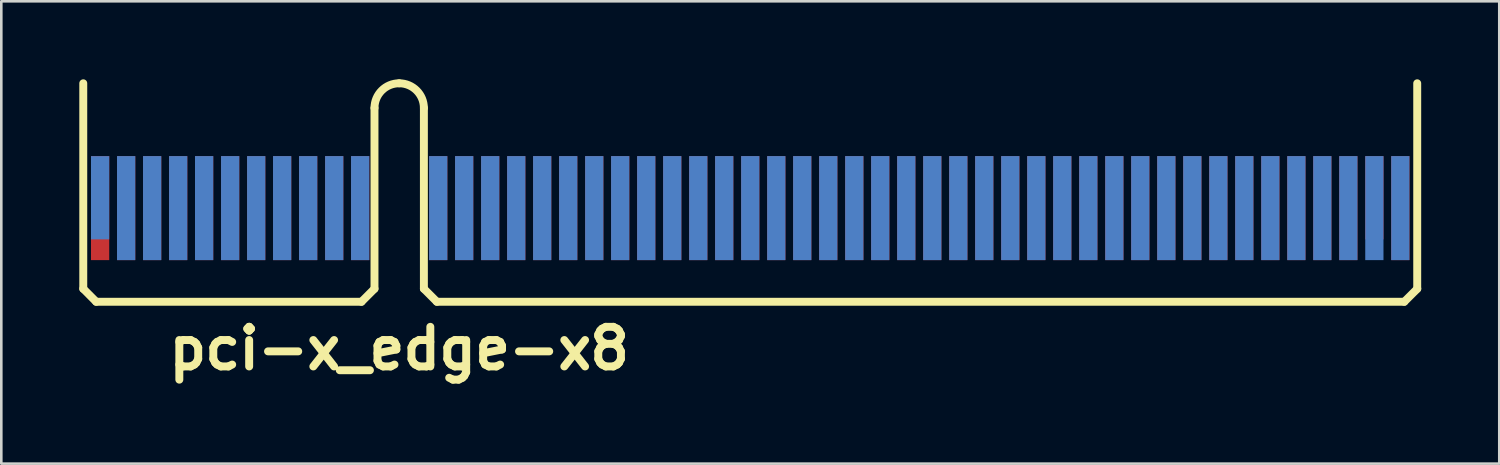
<source format=kicad_pcb>
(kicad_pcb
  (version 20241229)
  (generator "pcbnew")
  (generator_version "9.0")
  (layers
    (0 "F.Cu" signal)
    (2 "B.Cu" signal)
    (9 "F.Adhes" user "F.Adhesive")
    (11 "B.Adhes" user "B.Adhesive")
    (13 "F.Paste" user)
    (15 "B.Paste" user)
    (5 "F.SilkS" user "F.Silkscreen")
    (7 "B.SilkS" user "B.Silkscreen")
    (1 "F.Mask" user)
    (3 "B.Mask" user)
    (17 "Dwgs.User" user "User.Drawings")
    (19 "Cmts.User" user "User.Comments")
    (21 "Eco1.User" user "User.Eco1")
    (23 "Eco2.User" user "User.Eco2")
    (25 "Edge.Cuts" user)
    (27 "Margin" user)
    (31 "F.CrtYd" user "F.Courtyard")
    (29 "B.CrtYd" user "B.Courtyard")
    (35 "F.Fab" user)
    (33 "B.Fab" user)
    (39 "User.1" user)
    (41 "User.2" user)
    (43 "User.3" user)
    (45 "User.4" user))
  (footprint "pci-x_edge-x8"
    (layer "F.Cu")
    (at 12.301 4.354)
    (property "Reference" "pci-x_edge-x8" (at 0 5.999 0) (layer "F.SilkS") (effects (font (size 1.524 1.524) (thickness 0.305))))
    (attr through_hole)
    (fp_line (start -12.149 3.701) (end -12.149 -4.201) (stroke (width 0.305) (type solid)) (layer "F.SilkS"))
    (fp_line (start -11.651 4.201) (end -12.149 3.701) (stroke (width 0.305) (type solid)) (layer "F.SilkS"))
    (fp_line (start -1.45 4.201) (end -11.651 4.201) (stroke (width 0.305) (type solid)) (layer "F.SilkS"))
    (fp_line (start -0.95 -3.251) (end -0.95 3.701) (stroke (width 0.305) (type solid)) (layer "F.SilkS"))
    (fp_line (start -0.95 3.701) (end -1.45 4.201) (stroke (width 0.305) (type solid)) (layer "F.SilkS"))
    (fp_line (start 0.95 3.701) (end 0.95 -3.251) (stroke (width 0.305) (type solid)) (layer "F.SilkS"))
    (fp_line (start 0.95 3.701) (end 1.45 4.201) (stroke (width 0.305) (type solid)) (layer "F.SilkS"))
    (fp_line (start 38.651 4.201) (end 1.45 4.201) (stroke (width 0.305) (type solid)) (layer "F.SilkS"))
    (fp_line (start 38.651 4.201) (end 39.152 3.701) (stroke (width 0.305) (type solid)) (layer "F.SilkS"))
    (fp_line (start 39.149 3.701) (end 39.149 -4.201) (stroke (width 0.305) (type solid)) (layer "F.SilkS"))
    (fp_arc (start -0.94996 -3.2512) (mid -0.671723 -3.922923) (end 0 -4.20116) (stroke (width 0.3048) (type solid)) (layer "F.SilkS"))
    (fp_arc (start 0 -4.20116) (mid 0.671723 -3.922923) (end 0.94996 -3.2512) (stroke (width 0.3048) (type solid)) (layer "F.SilkS"))
    (pad "A1" smd rect (at -11.501 0.201) (size 0.701 3.2) (layers "F.Mask" "B.Cu" "F.Paste"))
    (pad "A2" smd rect (at -10.5 0.599) (size 0.701 4) (layers "F.Mask" "B.Cu" "F.Paste"))
    (pad "A3" smd rect (at -9.5 0.599) (size 0.701 4) (layers "F.Mask" "B.Cu" "F.Paste"))
    (pad "A4" smd rect (at -8.499 0.599) (size 0.701 4) (layers "F.Mask" "B.Cu" "F.Paste"))
    (pad "A5" smd rect (at -7.501 0.599) (size 0.701 4) (layers "F.Mask" "B.Cu" "F.Paste"))
    (pad "A6" smd rect (at -6.5 0.599) (size 0.701 4) (layers "F.Mask" "B.Cu" "F.Paste"))
    (pad "A7" smd rect (at -5.499 0.599) (size 0.701 4) (layers "F.Mask" "B.Cu" "F.Paste"))
    (pad "A8" smd rect (at -4.501 0.599) (size 0.701 4) (layers "F.Mask" "B.Cu" "F.Paste"))
    (pad "A9" smd rect (at -3.5 0.599) (size 0.701 4) (layers "F.Mask" "B.Cu" "F.Paste"))
    (pad "A10" smd rect (at -2.499 0.599) (size 0.701 4) (layers "F.Mask" "B.Cu" "F.Paste"))
    (pad "A11" smd rect (at -1.501 0.599) (size 0.701 4) (layers "F.Mask" "B.Cu" "F.Paste"))
    (pad "A12" smd rect (at 1.501 0.599) (size 0.701 4) (layers "F.Mask" "B.Cu" "F.Paste"))
    (pad "A13" smd rect (at 2.499 0.599) (size 0.701 4) (layers "F.Mask" "B.Cu" "F.Paste"))
    (pad "A14" smd rect (at 3.5 0.599) (size 0.701 4) (layers "F.Mask" "B.Cu" "F.Paste"))
    (pad "A15" smd rect (at 4.501 0.599) (size 0.701 4) (layers "F.Mask" "B.Cu" "F.Paste"))
    (pad "A16" smd rect (at 5.499 0.599) (size 0.701 4) (layers "F.Mask" "B.Cu" "F.Paste"))
    (pad "A17" smd rect (at 6.5 0.599) (size 0.701 4) (layers "F.Mask" "B.Cu" "F.Paste"))
    (pad "A18" smd rect (at 7.501 0.599) (size 0.701 4) (layers "F.Mask" "B.Cu" "F.Paste"))
    (pad "A19" smd rect (at 8.499 0.599) (size 0.701 4) (layers "F.Mask" "B.Cu" "F.Paste"))
    (pad "A20" smd rect (at 9.5 0.599) (size 0.701 4) (layers "F.Mask" "B.Cu" "F.Paste"))
    (pad "A21" smd rect (at 10.5 0.599) (size 0.701 4) (layers "F.Mask" "B.Cu" "F.Paste"))
    (pad "A22" smd rect (at 11.501 0.599) (size 0.701 4) (layers "F.Mask" "B.Cu" "F.Paste"))
    (pad "A23" smd rect (at 12.499 0.599) (size 0.701 4) (layers "F.Mask" "B.Cu" "F.Paste"))
    (pad "A24" smd rect (at 13.5 0.599) (size 0.701 4) (layers "F.Mask" "B.Cu" "F.Paste"))
    (pad "A25" smd rect (at 14.501 0.599) (size 0.701 4) (layers "F.Mask" "B.Cu" "F.Paste"))
    (pad "A26" smd rect (at 15.499 0.599) (size 0.701 4) (layers "F.Mask" "B.Cu" "F.Paste"))
    (pad "A27" smd rect (at 16.5 0.599) (size 0.701 4) (layers "F.Mask" "B.Cu" "F.Paste"))
    (pad "A28" smd rect (at 17.501 0.599) (size 0.701 4) (layers "F.Mask" "B.Cu" "F.Paste"))
    (pad "A29" smd rect (at 18.499 0.599) (size 0.701 4) (layers "F.Mask" "B.Cu" "F.Paste"))
    (pad "A30" smd rect (at 19.5 0.599) (size 0.701 4) (layers "F.Mask" "B.Cu" "F.Paste"))
    (pad "A31" smd rect (at 20.5 0.599) (size 0.701 4) (layers "F.Mask" "B.Cu" "F.Paste"))
    (pad "A32" smd rect (at 21.501 0.599) (size 0.701 4) (layers "F.Mask" "B.Cu" "F.Paste"))
    (pad "A33" smd rect (at 22.499 0.599) (size 0.701 4) (layers "F.Mask" "B.Cu" "F.Paste"))
    (pad "A34" smd rect (at 23.5 0.599) (size 0.701 4) (layers "F.Mask" "B.Cu" "F.Paste"))
    (pad "A35" smd rect (at 24.501 0.599) (size 0.701 4) (layers "F.Mask" "B.Cu" "F.Paste"))
    (pad "A36" smd rect (at 25.499 0.599) (size 0.701 4) (layers "F.Mask" "B.Cu" "F.Paste"))
    (pad "A37" smd rect (at 26.5 0.599) (size 0.701 4) (layers "F.Mask" "B.Cu" "F.Paste"))
    (pad "A38" smd rect (at 27.501 0.599) (size 0.701 4) (layers "F.Mask" "B.Cu" "F.Paste"))
    (pad "A39" smd rect (at 28.499 0.599) (size 0.701 4) (layers "F.Mask" "B.Cu" "F.Paste"))
    (pad "A40" smd rect (at 29.5 0.599) (size 0.701 4) (layers "F.Mask" "B.Cu" "F.Paste"))
    (pad "A41" smd rect (at 30.5 0.599) (size 0.701 4) (layers "F.Mask" "B.Cu" "F.Paste"))
    (pad "A42" smd rect (at 31.501 0.599) (size 0.701 4) (layers "F.Mask" "B.Cu" "F.Paste"))
    (pad "A43" smd rect (at 32.499 0.599) (size 0.701 4) (layers "F.Mask" "B.Cu" "F.Paste"))
    (pad "A44" smd rect (at 33.5 0.599) (size 0.701 4) (layers "F.Mask" "B.Cu" "F.Paste"))
    (pad "A45" smd rect (at 34.501 0.599) (size 0.701 4) (layers "F.Mask" "B.Cu" "F.Paste"))
    (pad "A46" smd rect (at 35.499 0.599) (size 0.701 4) (layers "F.Mask" "B.Cu" "F.Paste"))
    (pad "A47" smd rect (at 36.5 0.599) (size 0.701 4) (layers "F.Mask" "B.Cu" "F.Paste"))
    (pad "A48" smd rect (at 37.501 0.599) (size 0.701 4) (layers "F.Mask" "B.Cu" "F.Paste"))
    (pad "A49" smd rect (at 38.499 0.599) (size 0.701 4) (layers "F.Mask" "B.Cu" "F.Paste"))
    (pad "B1" smd rect (at -11.501 0.599) (size 0.701 4) (layers "F.Cu" "F.Mask" "F.Paste"))
    (pad "B2" smd rect (at -10.5 0.599) (size 0.701 4) (layers "F.Cu" "F.Mask" "F.Paste"))
    (pad "B3" smd rect (at -9.5 0.599) (size 0.701 4) (layers "F.Cu" "F.Mask" "F.Paste"))
    (pad "B4" smd rect (at -8.499 0.599) (size 0.701 4) (layers "F.Cu" "F.Mask" "F.Paste"))
    (pad "B5" smd rect (at -7.501 0.599) (size 0.701 4) (layers "F.Cu" "F.Mask" "F.Paste"))
    (pad "B6" smd rect (at -6.5 0.599) (size 0.701 4) (layers "F.Cu" "F.Mask" "F.Paste"))
    (pad "B7" smd rect (at -5.499 0.599) (size 0.701 4) (layers "F.Cu" "F.Mask" "F.Paste"))
    (pad "B8" smd rect (at -4.501 0.599) (size 0.701 4) (layers "F.Cu" "F.Mask" "F.Paste"))
    (pad "B9" smd rect (at -3.5 0.599) (size 0.701 4) (layers "F.Cu" "F.Mask" "F.Paste"))
    (pad "B10" smd rect (at -2.499 0.599) (size 0.701 4) (layers "F.Cu" "F.Mask" "F.Paste"))
    (pad "B11" smd rect (at -1.501 0.599) (size 0.701 4) (layers "F.Cu" "F.Mask" "F.Paste"))
    (pad "B12" smd rect (at 1.501 0.599) (size 0.701 4) (layers "F.Cu" "F.Mask" "F.Paste"))
    (pad "B13" smd rect (at 2.499 0.599) (size 0.701 4) (layers "F.Cu" "F.Mask" "F.Paste"))
    (pad "B14" smd rect (at 3.5 0.599) (size 0.701 4) (layers "F.Cu" "F.Mask" "F.Paste"))
    (pad "B15" smd rect (at 4.501 0.599) (size 0.701 4) (layers "F.Cu" "F.Mask" "F.Paste"))
    (pad "B16" smd rect (at 5.499 0.599) (size 0.701 4) (layers "F.Cu" "F.Mask" "F.Paste"))
    (pad "B17" smd rect (at 6.5 0.599) (size 0.701 4) (layers "F.Cu" "F.Mask" "F.Paste"))
    (pad "B18" smd rect (at 7.501 0.599) (size 0.701 4) (layers "F.Cu" "F.Mask" "F.Paste"))
    (pad "B19" smd rect (at 8.499 0.599) (size 0.701 4) (layers "F.Cu" "F.Mask" "F.Paste"))
    (pad "B20" smd rect (at 9.5 0.599) (size 0.701 4) (layers "F.Cu" "F.Mask" "F.Paste"))
    (pad "B21" smd rect (at 10.5 0.599) (size 0.701 4) (layers "F.Cu" "F.Mask" "F.Paste"))
    (pad "B22" smd rect (at 11.501 0.599) (size 0.701 4) (layers "F.Cu" "F.Mask" "F.Paste"))
    (pad "B23" smd rect (at 12.499 0.599) (size 0.701 4) (layers "F.Cu" "F.Mask" "F.Paste"))
    (pad "B24" smd rect (at 13.5 0.599) (size 0.701 4) (layers "F.Cu" "F.Mask" "F.Paste"))
    (pad "B25" smd rect (at 14.501 0.599) (size 0.701 4) (layers "F.Cu" "F.Mask" "F.Paste"))
    (pad "B26" smd rect (at 15.499 0.599) (size 0.701 4) (layers "F.Cu" "F.Mask" "F.Paste"))
    (pad "B27" smd rect (at 16.5 0.599) (size 0.701 4) (layers "F.Cu" "F.Mask" "F.Paste"))
    (pad "B28" smd rect (at 17.501 0.599) (size 0.701 4) (layers "F.Cu" "F.Mask" "F.Paste"))
    (pad "B29" smd rect (at 18.499 0.599) (size 0.701 4) (layers "F.Cu" "F.Mask" "F.Paste"))
    (pad "B30" smd rect (at 19.5 0.599) (size 0.701 4) (layers "F.Cu" "F.Mask" "F.Paste"))
    (pad "B31" smd rect (at 20.5 0.599) (size 0.701 4) (layers "F.Cu" "F.Mask" "F.Paste"))
    (pad "B32" smd rect (at 21.501 0.599) (size 0.701 4) (layers "F.Cu" "F.Mask" "F.Paste"))
    (pad "B33" smd rect (at 22.499 0.599) (size 0.701 4) (layers "F.Cu" "F.Mask" "F.Paste"))
    (pad "B34" smd rect (at 23.5 0.599) (size 0.701 4) (layers "F.Cu" "F.Mask" "F.Paste"))
    (pad "B35" smd rect (at 24.501 0.599) (size 0.701 4) (layers "F.Cu" "F.Mask" "F.Paste"))
    (pad "B36" smd rect (at 25.499 0.599) (size 0.701 4) (layers "F.Cu" "F.Mask" "F.Paste"))
    (pad "B37" smd rect (at 26.5 0.599) (size 0.701 4) (layers "F.Cu" "F.Mask" "F.Paste"))
    (pad "B38" smd rect (at 27.501 0.599) (size 0.701 4) (layers "F.Cu" "F.Mask" "F.Paste"))
    (pad "B39" smd rect (at 28.499 0.599) (size 0.701 4) (layers "F.Cu" "F.Mask" "F.Paste"))
    (pad "B40" smd rect (at 29.5 0.599) (size 0.701 4) (layers "F.Cu" "F.Mask" "F.Paste"))
    (pad "B41" smd rect (at 30.5 0.599) (size 0.701 4) (layers "F.Cu" "F.Mask" "F.Paste"))
    (pad "B42" smd rect (at 31.501 0.599) (size 0.701 4) (layers "F.Cu" "F.Mask" "F.Paste"))
    (pad "B43" smd rect (at 32.499 0.599) (size 0.701 4) (layers "F.Cu" "F.Mask" "F.Paste"))
    (pad "B44" smd rect (at 33.5 0.599) (size 0.701 4) (layers "F.Cu" "F.Mask" "F.Paste"))
    (pad "B45" smd rect (at 34.501 0.599) (size 0.701 4) (layers "F.Cu" "F.Mask" "F.Paste"))
    (pad "B46" smd rect (at 35.499 0.599) (size 0.701 4) (layers "F.Cu" "F.Mask" "F.Paste"))
    (pad "B47" smd rect (at 36.5 0.599) (size 0.701 4) (layers "F.Cu" "F.Mask" "F.Paste"))
    (pad "B48" smd rect (at 37.501 0.201) (size 0.701 3.2) (layers "F.Cu" "F.Mask" "F.Paste"))
    (pad "B49" smd rect (at 38.499 0.599) (size 0.701 4) (layers "F.Cu" "F.Mask" "F.Paste")))
  (gr_rect
    (start -3 -3)
    (end 54.605 14.78)
    (stroke (width 0.1) (type default))
    (fill no)
    (layer "Edge.Cuts")))
</source>
